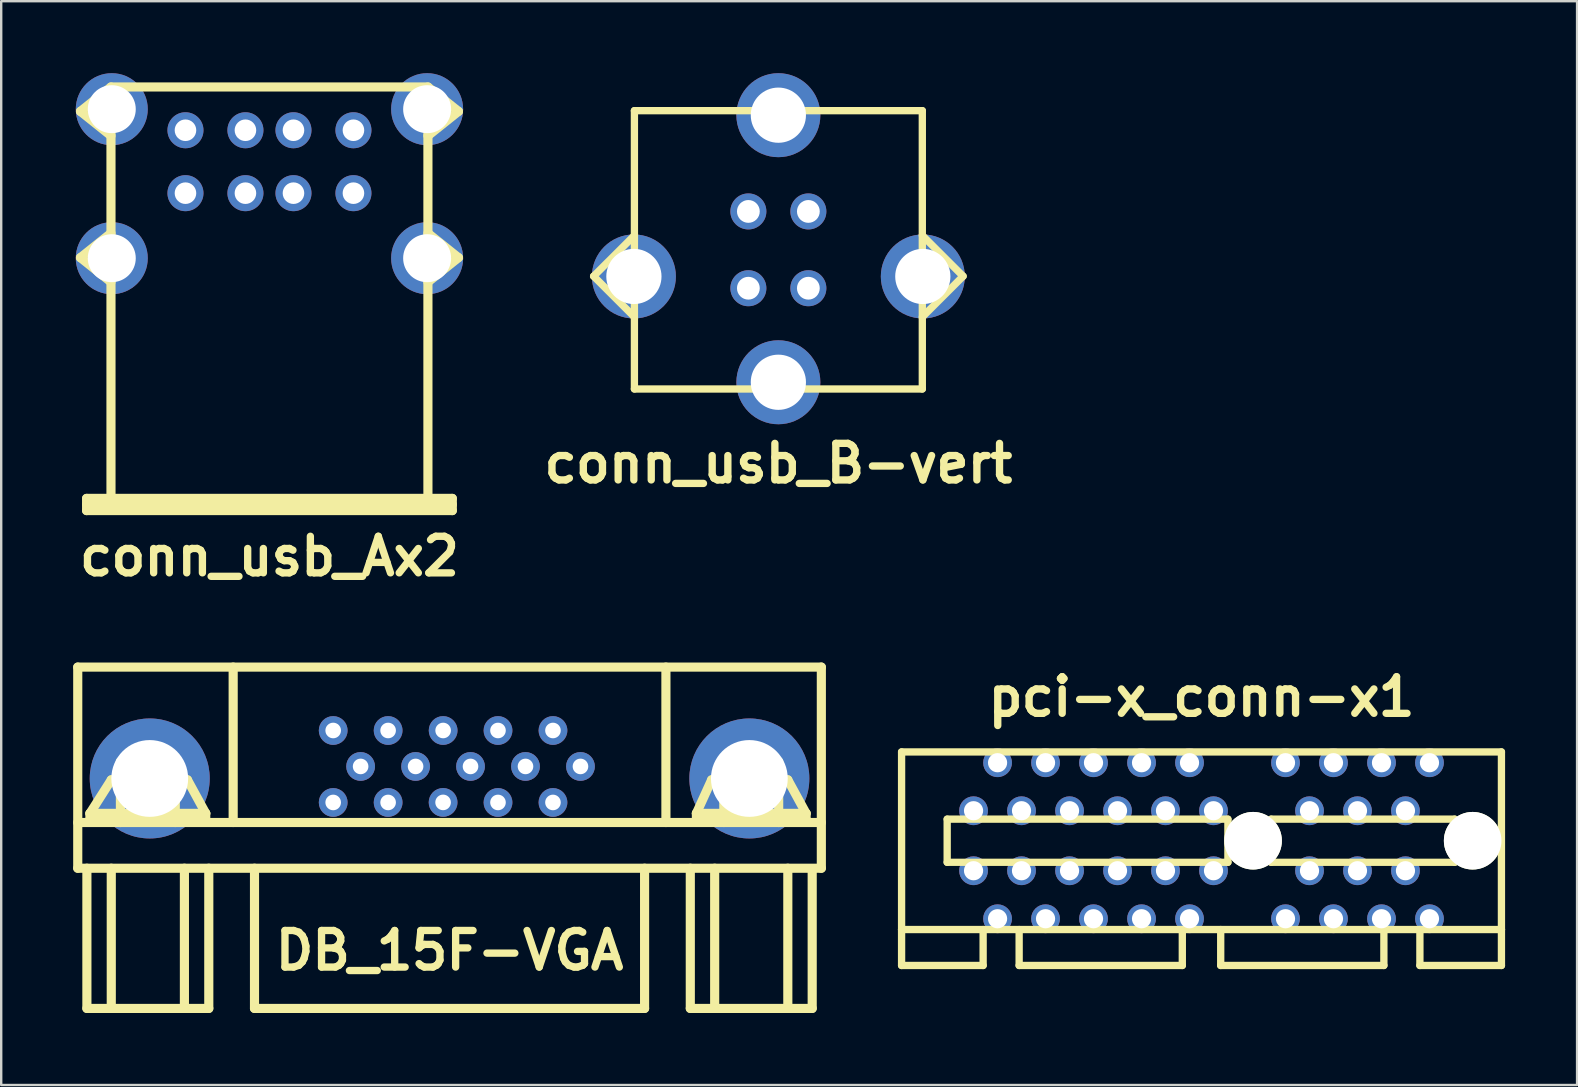
<source format=kicad_pcb>
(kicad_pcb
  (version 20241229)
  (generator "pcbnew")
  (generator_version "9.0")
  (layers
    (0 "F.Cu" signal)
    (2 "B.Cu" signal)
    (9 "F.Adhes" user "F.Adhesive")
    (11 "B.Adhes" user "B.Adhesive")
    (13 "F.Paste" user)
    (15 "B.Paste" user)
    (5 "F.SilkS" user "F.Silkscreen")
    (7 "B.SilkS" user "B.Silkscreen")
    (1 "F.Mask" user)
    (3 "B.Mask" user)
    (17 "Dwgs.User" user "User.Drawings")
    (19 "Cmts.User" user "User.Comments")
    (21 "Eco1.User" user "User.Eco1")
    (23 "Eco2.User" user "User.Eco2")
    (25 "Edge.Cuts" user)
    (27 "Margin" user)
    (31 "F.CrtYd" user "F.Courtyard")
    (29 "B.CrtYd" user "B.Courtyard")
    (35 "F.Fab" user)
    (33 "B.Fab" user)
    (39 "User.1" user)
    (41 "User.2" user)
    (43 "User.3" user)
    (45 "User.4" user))
  (footprint "conn_usb_Ax2"
    (layer "F.Cu")
    (at 8.179 9.465)
    (property "Reference" "conn_usb_Ax2" (at 0 10.668 0) (layer "F.SilkS") (effects (font (size 1.524 1.524) (thickness 0.305))))
    (attr through_hole)
    (fp_line (start -7.874 -7.874) (end -6.604 -6.858) (stroke (width 0.381) (type solid)) (layer "F.SilkS"))
    (fp_line (start -7.874 -1.778) (end -6.604 -0.762) (stroke (width 0.381) (type solid)) (layer "F.SilkS"))
    (fp_line (start -7.62 8.255) (end -7.62 8.763) (stroke (width 0.381) (type solid)) (layer "F.SilkS"))
    (fp_line (start -7.62 8.255) (end 7.62 8.255) (stroke (width 0.381) (type solid)) (layer "F.SilkS"))
    (fp_line (start -7.62 8.509) (end 7.62 8.509) (stroke (width 0.381) (type solid)) (layer "F.SilkS"))
    (fp_line (start -6.604 -8.89) (end -7.874 -7.874) (stroke (width 0.381) (type solid)) (layer "F.SilkS"))
    (fp_line (start -6.604 -8.636) (end -6.604 8.636) (stroke (width 0.381) (type solid)) (layer "F.SilkS"))
    (fp_line (start -6.604 -2.794) (end -7.874 -1.778) (stroke (width 0.381) (type solid)) (layer "F.SilkS"))
    (fp_line (start 6.604 -8.89) (end -6.604 -8.89) (stroke (width 0.381) (type solid)) (layer "F.SilkS"))
    (fp_line (start 6.604 -8.89) (end 7.874 -7.874) (stroke (width 0.381) (type solid)) (layer "F.SilkS"))
    (fp_line (start 6.604 -2.794) (end 7.874 -1.778) (stroke (width 0.381) (type solid)) (layer "F.SilkS"))
    (fp_line (start 6.604 8.636) (end 6.604 -8.636) (stroke (width 0.381) (type solid)) (layer "F.SilkS"))
    (fp_line (start 7.62 8.255) (end 7.62 8.763) (stroke (width 0.381) (type solid)) (layer "F.SilkS"))
    (fp_line (start 7.62 8.763) (end -7.62 8.763) (stroke (width 0.381) (type solid)) (layer "F.SilkS"))
    (fp_line (start 7.874 -7.874) (end 6.604 -6.858) (stroke (width 0.381) (type solid)) (layer "F.SilkS"))
    (fp_line (start 7.874 -1.778) (end 6.604 -0.762) (stroke (width 0.381) (type solid)) (layer "F.SilkS"))
    (pad "" thru_hole circle (at -6.571 -7.965) (size 3 3) (drill 1.999) (layers "*.Cu" "*.Mask"))
    (pad "" thru_hole circle (at -6.571 -1.755) (size 3 3) (drill 1.999) (layers "*.Cu" "*.Mask"))
    (pad "" thru_hole circle (at 6.571 -7.965) (size 3 3) (drill 1.999) (layers "*.Cu" "*.Mask"))
    (pad "" thru_hole circle (at 6.571 -1.755) (size 3 3) (drill 1.999) (layers "*.Cu" "*.Mask"))
    (pad "1" thru_hole circle (at -3.5 -4.465) (size 1.501 1.501) (drill 0.899) (layers "*.Cu" "*.Mask"))
    (pad "2" thru_hole circle (at -1.001 -4.465) (size 1.501 1.501) (drill 0.899) (layers "*.Cu" "*.Mask"))
    (pad "3" thru_hole circle (at 1.001 -4.465) (size 1.501 1.501) (drill 0.899) (layers "*.Cu" "*.Mask"))
    (pad "4" thru_hole circle (at 3.5 -4.465) (size 1.501 1.501) (drill 0.899) (layers "*.Cu" "*.Mask"))
    (pad "5" thru_hole circle (at -3.5 -7.087) (size 1.501 1.501) (drill 0.899) (layers "*.Cu" "*.Mask"))
    (pad "6" thru_hole circle (at -1.001 -7.087) (size 1.501 1.501) (drill 0.899) (layers "*.Cu" "*.Mask"))
    (pad "7" thru_hole circle (at 1.001 -7.087) (size 1.501 1.501) (drill 0.899) (layers "*.Cu" "*.Mask"))
    (pad "8" thru_hole circle (at 3.5 -7.087) (size 1.501 1.501) (drill 0.899) (layers "*.Cu" "*.Mask")))
  (footprint "pci-x_conn-x1"
    (layer "F.Cu")
    (at 47.021 31.986)
    (property "Reference" "pci-x_conn-x1" (at 0 -5.999 0) (layer "F.SilkS") (effects (font (size 1.524 1.524) (thickness 0.305))))
    (attr through_hole)
    (fp_line (start -12.499 -3.701) (end -12.499 3.701) (stroke (width 0.305) (type solid)) (layer "F.SilkS"))
    (fp_line (start -12.499 3.701) (end -12.499 5.199) (stroke (width 0.305) (type solid)) (layer "F.SilkS"))
    (fp_line (start -12.499 3.701) (end 12.499 3.701) (stroke (width 0.305) (type solid)) (layer "F.SilkS"))
    (fp_line (start -12.499 5.199) (end -9.101 5.199) (stroke (width 0.305) (type solid)) (layer "F.SilkS"))
    (fp_line (start -10.599 -0.899) (end -10.599 0.899) (stroke (width 0.305) (type solid)) (layer "F.SilkS"))
    (fp_line (start -9.101 5.199) (end -9.101 3.701) (stroke (width 0.305) (type solid)) (layer "F.SilkS"))
    (fp_line (start -7.6 3.701) (end -7.6 5.199) (stroke (width 0.305) (type solid)) (layer "F.SilkS"))
    (fp_line (start -7.6 5.199) (end -0.8 5.199) (stroke (width 0.305) (type solid)) (layer "F.SilkS"))
    (fp_line (start -0.8 5.199) (end -0.8 3.701) (stroke (width 0.305) (type solid)) (layer "F.SilkS"))
    (fp_line (start 0.8 3.701) (end 0.8 5.199) (stroke (width 0.305) (type solid)) (layer "F.SilkS"))
    (fp_line (start 0.8 5.199) (end 7.6 5.199) (stroke (width 0.305) (type solid)) (layer "F.SilkS"))
    (fp_line (start 1.1 -0.899) (end -10.599 -0.899) (stroke (width 0.305) (type solid)) (layer "F.SilkS"))
    (fp_line (start 1.1 0.899) (end -10.599 0.899) (stroke (width 0.305) (type solid)) (layer "F.SilkS"))
    (fp_line (start 1.1 0.899) (end 1.1 -0.899) (stroke (width 0.305) (type solid)) (layer "F.SilkS"))
    (fp_line (start 2.901 -0.899) (end 10.551 -0.899) (stroke (width 0.305) (type solid)) (layer "F.SilkS"))
    (fp_line (start 2.901 0.899) (end 2.901 -0.899) (stroke (width 0.305) (type solid)) (layer "F.SilkS"))
    (fp_line (start 7.6 5.199) (end 7.6 3.701) (stroke (width 0.305) (type solid)) (layer "F.SilkS"))
    (fp_line (start 9.101 3.701) (end 9.101 5.199) (stroke (width 0.305) (type solid)) (layer "F.SilkS"))
    (fp_line (start 9.101 5.199) (end 12.499 5.199) (stroke (width 0.305) (type solid)) (layer "F.SilkS"))
    (fp_line (start 10.551 -0.899) (end 10.551 0.899) (stroke (width 0.305) (type solid)) (layer "F.SilkS"))
    (fp_line (start 10.551 0.899) (end 2.901 0.899) (stroke (width 0.305) (type solid)) (layer "F.SilkS"))
    (fp_line (start 12.499 -3.701) (end -12.499 -3.701) (stroke (width 0.305) (type solid)) (layer "F.SilkS"))
    (fp_line (start 12.499 3.701) (end 12.499 -3.701) (stroke (width 0.305) (type solid)) (layer "F.SilkS"))
    (fp_line (start 12.499 5.199) (end 12.499 3.701) (stroke (width 0.305) (type solid)) (layer "F.SilkS"))
    (pad "" np_thru_hole circle (at 2.149 0) (size 2.4 2.4) (drill 2.4) (layers "*.Cu" "F.SilkS"))
    (pad "" np_thru_hole circle (at 11.3 0) (size 2.4 2.4) (drill 2.4) (layers "*.Cu" "F.SilkS"))
    (pad "A1" thru_hole circle (at -9.5 -1.25) (size 1.199 1.199) (drill 0.8) (layers "*.Cu" "*.Mask"))
    (pad "A2" thru_hole circle (at -8.499 -3.251) (size 1.199 1.199) (drill 0.8) (layers "*.Cu" "*.Mask"))
    (pad "A3" thru_hole circle (at -7.501 -1.25) (size 1.199 1.199) (drill 0.8) (layers "*.Cu" "*.Mask"))
    (pad "A4" thru_hole circle (at -6.5 -3.251) (size 1.199 1.199) (drill 0.8) (layers "*.Cu" "*.Mask"))
    (pad "A5" thru_hole circle (at -5.499 -1.25) (size 1.199 1.199) (drill 0.8) (layers "*.Cu" "*.Mask"))
    (pad "A6" thru_hole circle (at -4.501 -3.251) (size 1.199 1.199) (drill 0.8) (layers "*.Cu" "*.Mask"))
    (pad "A7" thru_hole circle (at -3.5 -1.25) (size 1.199 1.199) (drill 0.8) (layers "*.Cu" "*.Mask"))
    (pad "A8" thru_hole circle (at -2.499 -3.251) (size 1.199 1.199) (drill 0.8) (layers "*.Cu" "*.Mask"))
    (pad "A9" thru_hole circle (at -1.501 -1.25) (size 1.199 1.199) (drill 0.8) (layers "*.Cu" "*.Mask"))
    (pad "A10" thru_hole circle (at -0.5 -3.251) (size 1.199 1.199) (drill 0.8) (layers "*.Cu" "*.Mask"))
    (pad "A11" thru_hole circle (at 0.5 -1.25) (size 1.199 1.199) (drill 0.8) (layers "*.Cu" "*.Mask"))
    (pad "A12" thru_hole circle (at 3.5 -3.251) (size 1.199 1.199) (drill 0.8) (layers "*.Cu" "*.Mask"))
    (pad "A13" thru_hole circle (at 4.501 -1.25) (size 1.199 1.199) (drill 0.8) (layers "*.Cu" "*.Mask"))
    (pad "A14" thru_hole circle (at 5.499 -3.251) (size 1.199 1.199) (drill 0.8) (layers "*.Cu" "*.Mask"))
    (pad "A15" thru_hole circle (at 6.5 -1.25) (size 1.199 1.199) (drill 0.8) (layers "*.Cu" "*.Mask"))
    (pad "A16" thru_hole circle (at 7.501 -3.251) (size 1.199 1.199) (drill 0.8) (layers "*.Cu" "*.Mask"))
    (pad "A17" thru_hole circle (at 8.499 -1.25) (size 1.199 1.199) (drill 0.8) (layers "*.Cu" "*.Mask"))
    (pad "A18" thru_hole circle (at 9.5 -3.251) (size 1.199 1.199) (drill 0.8) (layers "*.Cu" "*.Mask"))
    (pad "B1" thru_hole circle (at -9.5 1.25) (size 1.199 1.199) (drill 0.8) (layers "*.Cu" "*.Mask"))
    (pad "B2" thru_hole circle (at -8.499 3.251) (size 1.199 1.199) (drill 0.8) (layers "*.Cu" "*.Mask"))
    (pad "B3" thru_hole circle (at -7.501 1.25) (size 1.199 1.199) (drill 0.8) (layers "*.Cu" "*.Mask"))
    (pad "B4" thru_hole circle (at -6.5 3.251) (size 1.199 1.199) (drill 0.8) (layers "*.Cu" "*.Mask"))
    (pad "B5" thru_hole circle (at -5.499 1.25) (size 1.199 1.199) (drill 0.8) (layers "*.Cu" "*.Mask"))
    (pad "B6" thru_hole circle (at -4.501 3.251) (size 1.199 1.199) (drill 0.8) (layers "*.Cu" "*.Mask"))
    (pad "B7" thru_hole circle (at -3.5 1.25) (size 1.199 1.199) (drill 0.8) (layers "*.Cu" "*.Mask"))
    (pad "B8" thru_hole circle (at -2.499 3.251) (size 1.199 1.199) (drill 0.8) (layers "*.Cu" "*.Mask"))
    (pad "B9" thru_hole circle (at -1.501 1.25) (size 1.199 1.199) (drill 0.8) (layers "*.Cu" "*.Mask"))
    (pad "B10" thru_hole circle (at -0.5 3.251) (size 1.199 1.199) (drill 0.8) (layers "*.Cu" "*.Mask"))
    (pad "B11" thru_hole circle (at 0.5 1.25) (size 1.199 1.199) (drill 0.8) (layers "*.Cu" "*.Mask"))
    (pad "B12" thru_hole circle (at 3.5 3.251) (size 1.199 1.199) (drill 0.8) (layers "*.Cu" "*.Mask"))
    (pad "B13" thru_hole circle (at 4.501 1.25) (size 1.199 1.199) (drill 0.8) (layers "*.Cu" "*.Mask"))
    (pad "B14" thru_hole circle (at 5.499 3.251) (size 1.199 1.199) (drill 0.8) (layers "*.Cu" "*.Mask"))
    (pad "B15" thru_hole circle (at 6.5 1.25) (size 1.199 1.199) (drill 0.8) (layers "*.Cu" "*.Mask"))
    (pad "B16" thru_hole circle (at 7.501 3.251) (size 1.199 1.199) (drill 0.8) (layers "*.Cu" "*.Mask"))
    (pad "B17" thru_hole circle (at 8.499 1.25) (size 1.199 1.199) (drill 0.8) (layers "*.Cu" "*.Mask"))
    (pad "B18" thru_hole circle (at 9.5 3.251) (size 1.199 1.199) (drill 0.8) (layers "*.Cu" "*.Mask")))
  (footprint "conn_usb_B-vert"
    (layer "F.Cu")
    (at 29.387 7.361)
    (property "Reference" "conn_usb_B-vert" (at 0 8.9 0) (layer "F.SilkS") (effects (font (size 1.524 1.524) (thickness 0.305))))
    (attr through_hole)
    (fp_line (start -7.699 1.1) (end -5.999 2.799) (stroke (width 0.305) (type solid)) (layer "F.SilkS"))
    (fp_line (start -5.999 -5.799) (end 5.999 -5.799) (stroke (width 0.305) (type solid)) (layer "F.SilkS"))
    (fp_line (start -5.999 -0.599) (end -7.699 1.1) (stroke (width 0.305) (type solid)) (layer "F.SilkS"))
    (fp_line (start -5.999 5.799) (end -5.999 -5.799) (stroke (width 0.305) (type solid)) (layer "F.SilkS"))
    (fp_line (start 5.999 -5.799) (end 5.999 5.799) (stroke (width 0.305) (type solid)) (layer "F.SilkS"))
    (fp_line (start 5.999 -0.599) (end 7.699 1.1) (stroke (width 0.305) (type solid)) (layer "F.SilkS"))
    (fp_line (start 5.999 5.799) (end -5.999 5.799) (stroke (width 0.305) (type solid)) (layer "F.SilkS"))
    (fp_line (start 7.699 1.1) (end 5.999 2.799) (stroke (width 0.305) (type solid)) (layer "F.SilkS"))
    (pad "" thru_hole circle (at -6.02 1.11) (size 3.5 3.5) (drill 2.301) (layers "*.Cu" "*.Mask"))
    (pad "" thru_hole circle (at 0 -5.611) (size 3.5 3.5) (drill 2.301) (layers "*.Cu" "*.Mask"))
    (pad "" thru_hole circle (at 0 5.519) (size 3.5 3.5) (drill 2.301) (layers "*.Cu" "*.Mask"))
    (pad "" thru_hole circle (at 6.02 1.11) (size 3.5 3.5) (drill 2.301) (layers "*.Cu" "*.Mask"))
    (pad "1" thru_hole circle (at 1.25 -1.6) (size 1.501 1.501) (drill 0.95) (layers "*.Cu" "*.Mask"))
    (pad "2" thru_hole circle (at -1.25 -1.6) (size 1.501 1.501) (drill 0.95) (layers "*.Cu" "*.Mask"))
    (pad "3" thru_hole circle (at -1.25 1.6) (size 1.501 1.501) (drill 0.95) (layers "*.Cu" "*.Mask"))
    (pad "4" thru_hole circle (at 1.25 1.6) (size 1.501 1.501) (drill 0.95) (layers "*.Cu" "*.Mask")))
  (footprint "DB_15F-VGA"
    (layer "F.Cu")
    (at 15.684 31.862)
    (property "Reference" "DB_15F-VGA" (at 0 4.699 0) (layer "F.SilkS") (effects (font (size 1.524 1.524) (thickness 0.305))))
    (attr through_hole)
    (fp_line (start -15.494 -0.635) (end 15.494 -0.635) (stroke (width 0.381) (type solid)) (layer "F.SilkS"))
    (fp_line (start -15.494 1.27) (end -15.494 -7.112) (stroke (width 0.381) (type solid)) (layer "F.SilkS"))
    (fp_line (start -15.494 1.27) (end 15.494 1.27) (stroke (width 0.381) (type solid)) (layer "F.SilkS"))
    (fp_line (start -15.113 1.27) (end -15.113 7.112) (stroke (width 0.381) (type solid)) (layer "F.SilkS"))
    (fp_line (start -15.113 7.112) (end -10.033 7.112) (stroke (width 0.381) (type solid)) (layer "F.SilkS"))
    (fp_line (start -14.986 -1.016) (end -14.986 -0.762) (stroke (width 0.381) (type solid)) (layer "F.SilkS"))
    (fp_line (start -14.986 -0.762) (end -10.16 -0.762) (stroke (width 0.381) (type solid)) (layer "F.SilkS"))
    (fp_line (start -14.097 -2.413) (end -14.986 -1.016) (stroke (width 0.381) (type solid)) (layer "F.SilkS"))
    (fp_line (start -14.097 -2.413) (end -10.922 -2.413) (stroke (width 0.381) (type solid)) (layer "F.SilkS"))
    (fp_line (start -14.097 1.27) (end -14.097 7.112) (stroke (width 0.381) (type solid)) (layer "F.SilkS"))
    (fp_line (start -13.716 -3.175) (end -11.43 -3.175) (stroke (width 0.381) (type solid)) (layer "F.SilkS"))
    (fp_line (start -13.716 -0.635) (end -13.716 -3.175) (stroke (width 0.381) (type solid)) (layer "F.SilkS"))
    (fp_line (start -11.43 -3.175) (end -11.43 -0.635) (stroke (width 0.381) (type solid)) (layer "F.SilkS"))
    (fp_line (start -11.049 1.27) (end -11.049 7.112) (stroke (width 0.381) (type solid)) (layer "F.SilkS"))
    (fp_line (start -10.922 -2.413) (end -10.16 -1.016) (stroke (width 0.381) (type solid)) (layer "F.SilkS"))
    (fp_line (start -10.16 -1.016) (end -14.986 -1.016) (stroke (width 0.381) (type solid)) (layer "F.SilkS"))
    (fp_line (start -10.16 -0.762) (end -10.16 -1.016) (stroke (width 0.381) (type solid)) (layer "F.SilkS"))
    (fp_line (start -10.033 1.27) (end -10.033 7.112) (stroke (width 0.381) (type solid)) (layer "F.SilkS"))
    (fp_line (start -9.017 -7.112) (end -9.017 -0.635) (stroke (width 0.381) (type solid)) (layer "F.SilkS"))
    (fp_line (start -8.128 1.27) (end -8.128 7.112) (stroke (width 0.381) (type solid)) (layer "F.SilkS"))
    (fp_line (start -8.128 7.112) (end 8.128 7.112) (stroke (width 0.381) (type solid)) (layer "F.SilkS"))
    (fp_line (start 8.128 7.112) (end 8.128 1.27) (stroke (width 0.381) (type solid)) (layer "F.SilkS"))
    (fp_line (start 9.017 -0.635) (end 9.017 -7.112) (stroke (width 0.381) (type solid)) (layer "F.SilkS"))
    (fp_line (start 10.033 1.27) (end 10.033 7.112) (stroke (width 0.381) (type solid)) (layer "F.SilkS"))
    (fp_line (start 10.033 7.112) (end 15.113 7.112) (stroke (width 0.381) (type solid)) (layer "F.SilkS"))
    (fp_line (start 10.287 -1.016) (end 10.287 -0.762) (stroke (width 0.381) (type solid)) (layer "F.SilkS"))
    (fp_line (start 10.287 -0.762) (end 14.859 -0.762) (stroke (width 0.381) (type solid)) (layer "F.SilkS"))
    (fp_line (start 10.922 -2.413) (end 10.287 -1.016) (stroke (width 0.381) (type solid)) (layer "F.SilkS"))
    (fp_line (start 10.922 -2.413) (end 14.097 -2.413) (stroke (width 0.381) (type solid)) (layer "F.SilkS"))
    (fp_line (start 11.049 1.27) (end 11.049 7.112) (stroke (width 0.381) (type solid)) (layer "F.SilkS"))
    (fp_line (start 11.43 -3.175) (end 13.716 -3.175) (stroke (width 0.381) (type solid)) (layer "F.SilkS"))
    (fp_line (start 11.43 -0.635) (end 11.43 -3.175) (stroke (width 0.381) (type solid)) (layer "F.SilkS"))
    (fp_line (start 13.716 -3.175) (end 13.716 -0.635) (stroke (width 0.381) (type solid)) (layer "F.SilkS"))
    (fp_line (start 14.097 -2.413) (end 14.859 -1.016) (stroke (width 0.381) (type solid)) (layer "F.SilkS"))
    (fp_line (start 14.097 1.27) (end 14.097 7.112) (stroke (width 0.381) (type solid)) (layer "F.SilkS"))
    (fp_line (start 14.859 -1.016) (end 10.287 -1.016) (stroke (width 0.381) (type solid)) (layer "F.SilkS"))
    (fp_line (start 14.859 -0.762) (end 14.859 -1.016) (stroke (width 0.381) (type solid)) (layer "F.SilkS"))
    (fp_line (start 15.113 7.112) (end 15.113 1.397) (stroke (width 0.381) (type solid)) (layer "F.SilkS"))
    (fp_line (start 15.494 -7.112) (end -15.494 -7.112) (stroke (width 0.381) (type solid)) (layer "F.SilkS"))
    (fp_line (start 15.494 -7.112) (end 15.494 1.27) (stroke (width 0.381) (type solid)) (layer "F.SilkS"))
    (pad "" thru_hole circle (at -12.494 -2.471) (size 5.001 5.001) (drill 3.2) (layers "*.Cu" "*.Mask"))
    (pad "" thru_hole circle (at 12.494 -2.471) (size 5.001 5.001) (drill 3.2) (layers "*.Cu" "*.Mask"))
    (pad "1" thru_hole circle (at 4.31 -4.47) (size 1.199 1.199) (drill 0.65) (layers "*.Cu" "*.Mask"))
    (pad "2" thru_hole circle (at 2.019 -4.47) (size 1.199 1.199) (drill 0.65) (layers "*.Cu" "*.Mask"))
    (pad "3" thru_hole circle (at -0.267 -4.47) (size 1.199 1.199) (drill 0.65) (layers "*.Cu" "*.Mask"))
    (pad "4" thru_hole circle (at -2.56 -4.47) (size 1.199 1.199) (drill 0.65) (layers "*.Cu" "*.Mask"))
    (pad "5" thru_hole circle (at -4.849 -4.47) (size 1.199 1.199) (drill 0.65) (layers "*.Cu" "*.Mask"))
    (pad "6" thru_hole circle (at 5.456 -2.972) (size 1.199 1.199) (drill 0.65) (layers "*.Cu" "*.Mask"))
    (pad "7" thru_hole circle (at 3.165 -2.972) (size 1.199 1.199) (drill 0.65) (layers "*.Cu" "*.Mask"))
    (pad "8" thru_hole circle (at 0.874 -2.972) (size 1.199 1.199) (drill 0.65) (layers "*.Cu" "*.Mask"))
    (pad "9" thru_hole circle (at -1.415 -2.972) (size 1.199 1.199) (drill 0.65) (layers "*.Cu" "*.Mask"))
    (pad "10" thru_hole circle (at -3.706 -2.972) (size 1.199 1.199) (drill 0.65) (layers "*.Cu" "*.Mask"))
    (pad "11" thru_hole circle (at 4.31 -1.471) (size 1.199 1.199) (drill 0.65) (layers "*.Cu" "*.Mask"))
    (pad "12" thru_hole circle (at 2.019 -1.471) (size 1.199 1.199) (drill 0.65) (layers "*.Cu" "*.Mask"))
    (pad "13" thru_hole circle (at -0.269 -1.473) (size 1.199 1.199) (drill 0.65) (layers "*.Cu" "*.Mask"))
    (pad "14" thru_hole circle (at -2.56 -1.471) (size 1.199 1.199) (drill 0.65) (layers "*.Cu" "*.Mask"))
    (pad "15" thru_hole circle (at -4.849 -1.471) (size 1.199 1.199) (drill 0.65) (layers "*.Cu" "*.Mask")))
  (gr_rect
    (start -3 -3)
    (end 62.672 42.165)
    (stroke (width 0.1) (type default))
    (fill no)
    (layer "Edge.Cuts")))
</source>
